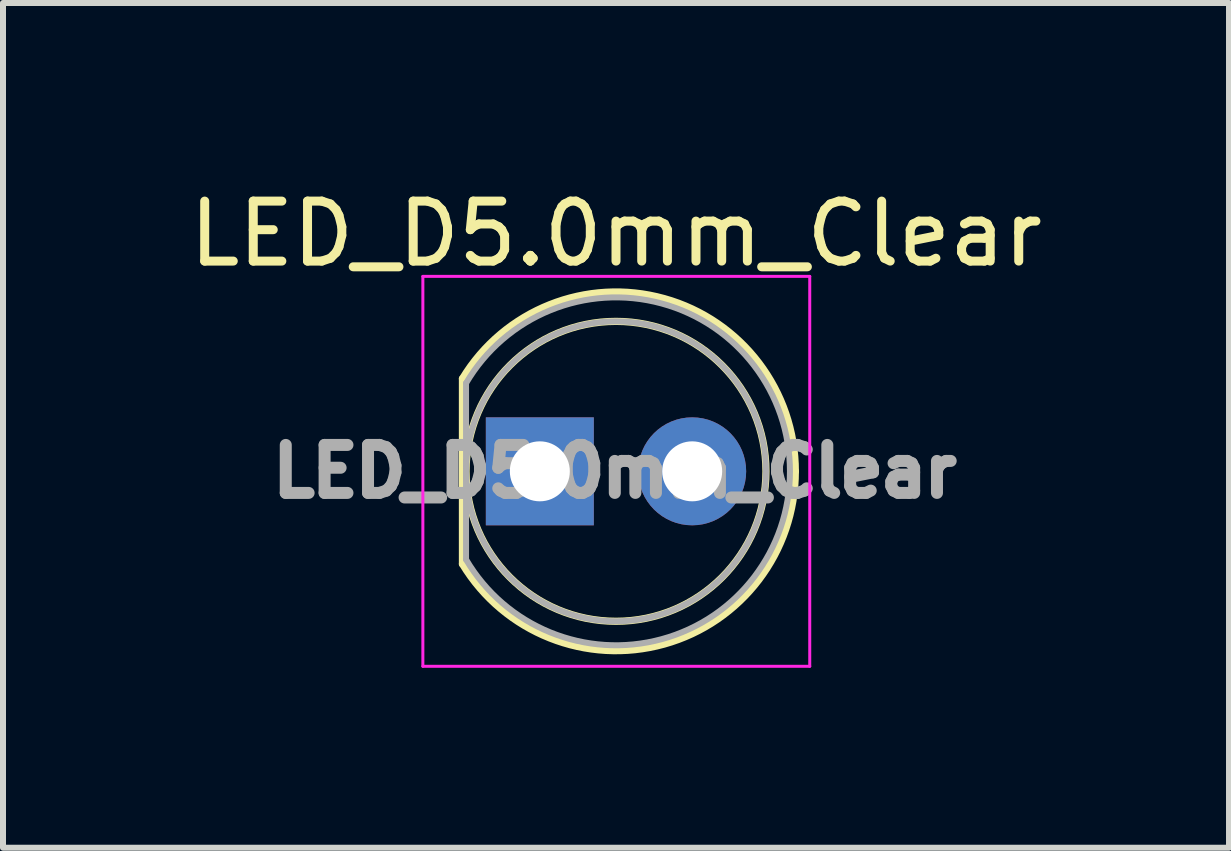
<source format=kicad_pcb>
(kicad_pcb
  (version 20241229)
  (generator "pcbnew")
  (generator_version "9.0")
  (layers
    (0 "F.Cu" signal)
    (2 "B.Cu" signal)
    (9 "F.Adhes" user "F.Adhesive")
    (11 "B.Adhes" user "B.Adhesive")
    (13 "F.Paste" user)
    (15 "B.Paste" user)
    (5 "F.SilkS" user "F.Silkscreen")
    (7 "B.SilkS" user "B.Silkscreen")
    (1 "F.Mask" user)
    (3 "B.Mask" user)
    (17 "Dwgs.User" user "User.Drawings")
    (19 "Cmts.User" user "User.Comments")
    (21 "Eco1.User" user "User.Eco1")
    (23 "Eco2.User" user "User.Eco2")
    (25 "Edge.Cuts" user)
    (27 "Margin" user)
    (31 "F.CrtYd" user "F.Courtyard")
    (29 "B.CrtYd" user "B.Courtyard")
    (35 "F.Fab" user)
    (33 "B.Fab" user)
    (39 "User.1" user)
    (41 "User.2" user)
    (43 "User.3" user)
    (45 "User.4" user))
  (footprint "LED_D5.0mm_Clear"
    (layer "F.Cu")
    (at 5.95 4.808)
    (property "Reference" "LED_D5.0mm_Clear" (at 1.27 -3.96 0) (layer "F.SilkS") (effects (font (size 1 1) (thickness 0.15))))
    (attr through_hole)
    (fp_line (start -1.29 -1.545) (end -1.29 1.545) (stroke (width 0.12) (type solid)) (layer "F.SilkS"))
    (fp_arc (start -1.29 -1.54483) (mid 2.072002 -2.880433) (end 4.26 0.000462) (stroke (width 0.12) (type solid)) (layer "F.SilkS"))
    (fp_arc (start 4.26 -0.000462) (mid 2.072002 2.880433) (end -1.29 1.54483) (stroke (width 0.12) (type solid)) (layer "F.SilkS"))
    (fp_circle (center 1.27 0) (end 3.77 0) (stroke (width 0.12) (type solid)) (fill no) (layer "F.SilkS"))
    (fp_line (start -1.95 -3.25) (end -1.95 3.25) (stroke (width 0.05) (type solid)) (layer "F.CrtYd"))
    (fp_line (start -1.95 3.25) (end 4.5 3.25) (stroke (width 0.05) (type solid)) (layer "F.CrtYd"))
    (fp_line (start 4.5 -3.25) (end -1.95 -3.25) (stroke (width 0.05) (type solid)) (layer "F.CrtYd"))
    (fp_line (start 4.5 3.25) (end 4.5 -3.25) (stroke (width 0.05) (type solid)) (layer "F.CrtYd"))
    (fp_line (start -1.23 -1.47) (end -1.23 1.47) (stroke (width 0.1) (type solid)) (layer "F.Fab"))
    (fp_arc (start -1.23 -1.469694) (mid 4.17 0.000016) (end -1.230016 1.469666) (stroke (width 0.1) (type solid)) (layer "F.Fab"))
    (fp_circle (center 1.27 0) (end 3.77 0) (stroke (width 0.1) (type solid)) (fill no) (layer "F.Fab"))
    (fp_text user "${REFERENCE}" (at 1.25 0 0) (layer "F.Fab") (effects (font (size 0.8 0.8) (thickness 0.2))))
    (pad "1" thru_hole rect (at 0 0) (size 1.8 1.8) (drill 1) (layers "*.Cu" "*.Mask"))
    (pad "2" thru_hole circle (at 2.54 0) (size 1.8 1.8) (drill 1) (layers "*.Cu" "*.Mask")))
  (gr_rect
    (start -3 -3)
    (end 17.44 11.083)
    (stroke (width 0.1) (type default))
    (fill no)
    (layer "Edge.Cuts")))
</source>
